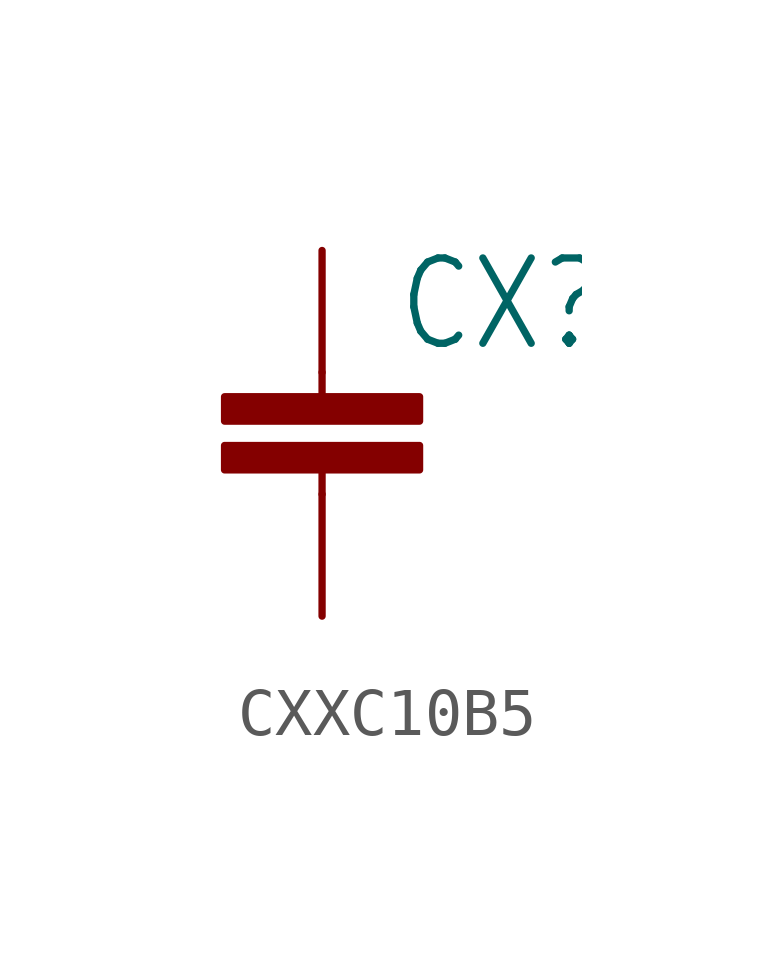
<source format=kicad_sym>
(kicad_symbol_lib
  (version 20231120)
  (generator "kicad_symbol_editor")
  (generator_version "8.0")
  (symbol "CXXC10B5"
    (property "Reference" "CX"
      (at 1.524 0.381 0)
      (effects (font (size 1.778 1.511)) (justify left bottom)))
    (property "Value" ""
      (at 1.524 -4.699 0)
      (effects (font (size 1.778 1.511)) (justify left bottom)))
    (property "ki_locked" ""
      (at 0 0 0)
      (effects (font (size 1.27 1.27))))
    (symbol "CXXC10B5_1_0"
      (rectangle (start -2.032 -2.032) (end 2.032 -1.524) (stroke (width 0) (type default)) (fill (type outline)))
      (rectangle (start -2.032 -1.016) (end 2.032 -0.508) (stroke (width 0) (type default)) (fill (type outline)))
      (polyline (pts (xy 0 -2.54) (xy 0 -2.032)) (stroke (width 0.152) (type solid)) (fill (type none)))
      (polyline (pts (xy 0 0) (xy 0 -0.508)) (stroke (width 0.152) (type solid)) (fill (type none)))
      (pin passive line (at 0 2.54 270) (length 2.54) (name "1" (effects (font (size 0 0)))) (number "1" (effects (font (size 0 0)))))
      (pin passive line (at 0 -5.08 90) (length 2.54) (name "2" (effects (font (size 0 0)))) (number "2" (effects (font (size 0 0))))))))
</source>
